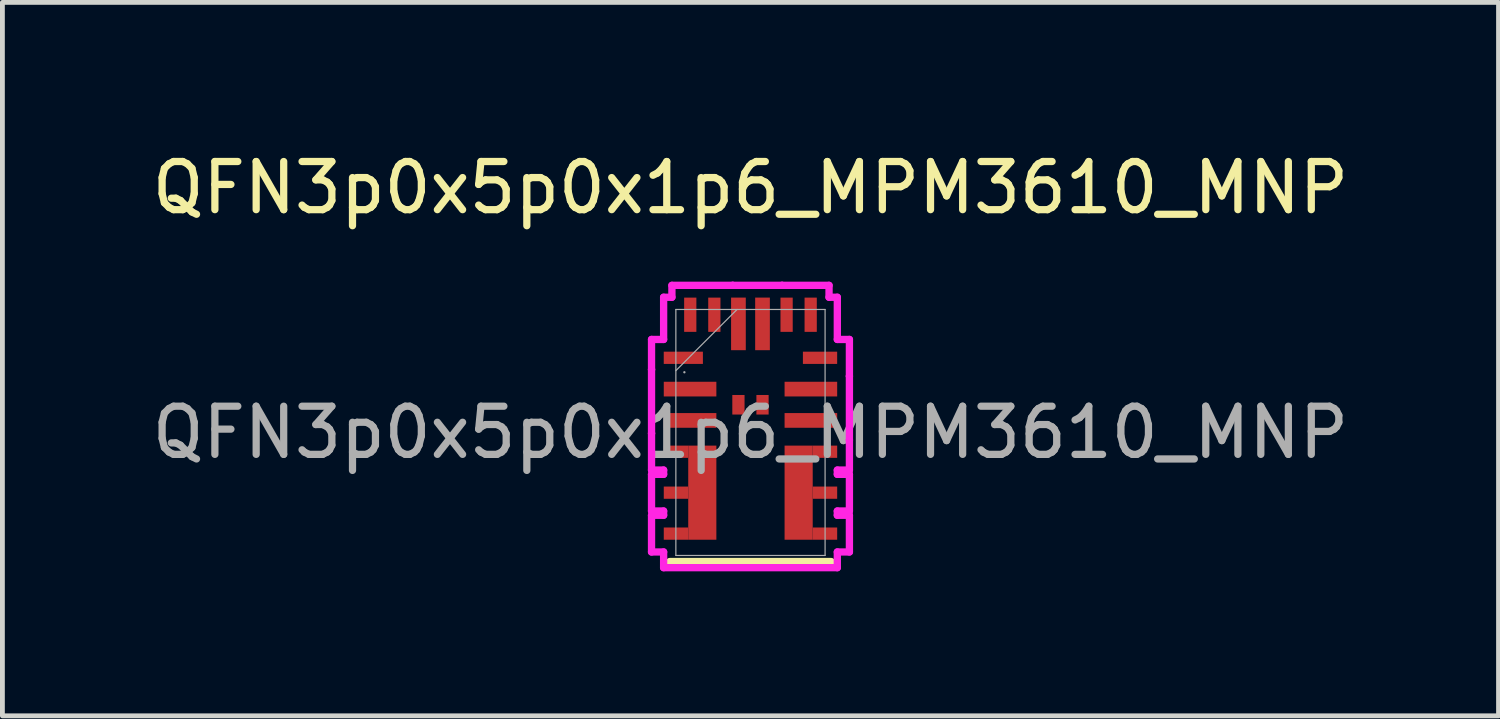
<source format=kicad_pcb>
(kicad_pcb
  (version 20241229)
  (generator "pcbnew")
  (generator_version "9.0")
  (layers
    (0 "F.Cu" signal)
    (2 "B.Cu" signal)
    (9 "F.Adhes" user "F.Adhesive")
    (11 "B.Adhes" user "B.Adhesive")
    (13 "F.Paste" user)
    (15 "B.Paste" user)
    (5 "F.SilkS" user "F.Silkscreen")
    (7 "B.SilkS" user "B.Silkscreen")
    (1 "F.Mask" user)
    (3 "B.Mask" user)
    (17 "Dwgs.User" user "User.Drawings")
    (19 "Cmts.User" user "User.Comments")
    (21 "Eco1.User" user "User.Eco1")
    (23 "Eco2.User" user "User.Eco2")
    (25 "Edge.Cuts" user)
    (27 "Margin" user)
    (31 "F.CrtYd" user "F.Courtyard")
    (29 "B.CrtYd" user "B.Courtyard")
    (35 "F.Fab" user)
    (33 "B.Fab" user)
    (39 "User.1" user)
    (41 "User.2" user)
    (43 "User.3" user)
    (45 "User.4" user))
  (footprint "QFN3p0x5p0x1p6_MPM3610_MNP"
    (layer "F.Cu")
    (at 12.53 5.928)
    (property "Reference" "QFN3p0x5p0x1p6_MPM3610_MNP" (at 0 -5.08 0) (unlocked yes) (layer "F.SilkS") (effects (font (size 1 1) (thickness 0.15))))
    (attr smd)
    (fp_poly (pts (xy -1.292 0.273) (xy -0.708 0.273) (xy -0.708 2.227) (xy -1.292 2.227)) (stroke (width 0) (type solid)) (fill yes) (layer "F.Cu"))
    (fp_poly (pts (xy 1.292 2.227) (xy 0.708 2.227) (xy 0.708 0.273) (xy 1.292 0.273)) (stroke (width 0) (type solid)) (fill yes) (layer "F.Cu"))
    (fp_poly (pts (xy -1.292 0.273) (xy -0.708 0.273) (xy -0.708 2.227) (xy -1.292 2.227)) (stroke (width 0) (type solid)) (fill yes) (layer "F.Mask"))
    (fp_poly (pts (xy 1.292 2.227) (xy 0.708 2.227) (xy 0.708 0.273) (xy 1.292 0.273)) (stroke (width 0) (type solid)) (fill yes) (layer "F.Mask"))
    (fp_line (start 1.676 2.68) (end -1.676 2.68) (stroke (width 0.152) (type solid)) (layer "F.SilkS"))
    (fp_poly (pts (xy -1.292 0.273) (xy -0.708 0.273) (xy -0.708 2.227) (xy -1.292 2.227)) (stroke (width 0) (type solid)) (fill yes) (layer "F.Paste"))
    (fp_poly (pts (xy 1.292 2.227) (xy 0.708 2.227) (xy 0.708 0.273) (xy 1.292 0.273)) (stroke (width 0) (type solid)) (fill yes) (layer "F.Paste"))
    (fp_line (start -2.054 -1.931) (end -2.054 -1.306) (stroke (width 0.152) (type solid)) (layer "F.CrtYd"))
    (fp_line (start -2.054 -1.306) (end -2.054 -1.306) (stroke (width 0.152) (type solid)) (layer "F.CrtYd"))
    (fp_line (start -2.054 -1.306) (end -2.054 0.019) (stroke (width 0.152) (type solid)) (layer "F.CrtYd"))
    (fp_line (start -2.054 0.019) (end -2.054 0.019) (stroke (width 0.152) (type solid)) (layer "F.CrtYd"))
    (fp_line (start -2.054 0.019) (end -2.054 0.781) (stroke (width 0.152) (type solid)) (layer "F.CrtYd"))
    (fp_line (start -2.054 0.781) (end -1.803 0.781) (stroke (width 0.152) (type solid)) (layer "F.CrtYd"))
    (fp_line (start -2.054 0.869) (end -2.054 1.631) (stroke (width 0.152) (type solid)) (layer "F.CrtYd"))
    (fp_line (start -2.054 1.631) (end -1.803 1.631) (stroke (width 0.152) (type solid)) (layer "F.CrtYd"))
    (fp_line (start -2.054 1.719) (end -2.054 2.481) (stroke (width 0.152) (type solid)) (layer "F.CrtYd"))
    (fp_line (start -2.054 2.481) (end -1.803 2.481) (stroke (width 0.152) (type solid)) (layer "F.CrtYd"))
    (fp_line (start -1.803 -2.807) (end -1.803 -1.931) (stroke (width 0.152) (type solid)) (layer "F.CrtYd"))
    (fp_line (start -1.803 -1.931) (end -2.054 -1.931) (stroke (width 0.152) (type solid)) (layer "F.CrtYd"))
    (fp_line (start -1.803 0.781) (end -1.803 0.869) (stroke (width 0.152) (type solid)) (layer "F.CrtYd"))
    (fp_line (start -1.803 0.869) (end -2.054 0.869) (stroke (width 0.152) (type solid)) (layer "F.CrtYd"))
    (fp_line (start -1.803 1.631) (end -1.803 1.719) (stroke (width 0.152) (type solid)) (layer "F.CrtYd"))
    (fp_line (start -1.803 1.719) (end -2.054 1.719) (stroke (width 0.152) (type solid)) (layer "F.CrtYd"))
    (fp_line (start -1.803 2.481) (end -1.803 2.807) (stroke (width 0.152) (type solid)) (layer "F.CrtYd"))
    (fp_line (start -1.803 2.807) (end 1.803 2.807) (stroke (width 0.152) (type solid)) (layer "F.CrtYd"))
    (fp_line (start -1.631 -3.054) (end -1.631 -2.807) (stroke (width 0.152) (type solid)) (layer "F.CrtYd"))
    (fp_line (start -1.631 -2.807) (end -1.803 -2.807) (stroke (width 0.152) (type solid)) (layer "F.CrtYd"))
    (fp_line (start -0.369 -3.054) (end -0.369 -3.054) (stroke (width 0.152) (type solid)) (layer "F.CrtYd"))
    (fp_line (start -0.369 -3.054) (end -1.631 -3.054) (stroke (width 0.152) (type solid)) (layer "F.CrtYd"))
    (fp_line (start 0.656 -3.054) (end -0.369 -3.054) (stroke (width 0.152) (type solid)) (layer "F.CrtYd"))
    (fp_line (start 0.656 -3.054) (end 0.656 -3.054) (stroke (width 0.152) (type solid)) (layer "F.CrtYd"))
    (fp_line (start 1.631 -3.054) (end 0.656 -3.054) (stroke (width 0.152) (type solid)) (layer "F.CrtYd"))
    (fp_line (start 1.631 -2.807) (end 1.631 -3.054) (stroke (width 0.152) (type solid)) (layer "F.CrtYd"))
    (fp_line (start 1.803 -2.807) (end 1.631 -2.807) (stroke (width 0.152) (type solid)) (layer "F.CrtYd"))
    (fp_line (start 1.803 -1.931) (end 1.803 -2.807) (stroke (width 0.152) (type solid)) (layer "F.CrtYd"))
    (fp_line (start 1.803 0.781) (end 2.054 0.781) (stroke (width 0.152) (type solid)) (layer "F.CrtYd"))
    (fp_line (start 1.803 0.869) (end 1.803 0.781) (stroke (width 0.152) (type solid)) (layer "F.CrtYd"))
    (fp_line (start 1.803 1.631) (end 2.054 1.631) (stroke (width 0.152) (type solid)) (layer "F.CrtYd"))
    (fp_line (start 1.803 1.719) (end 1.803 1.631) (stroke (width 0.152) (type solid)) (layer "F.CrtYd"))
    (fp_line (start 1.803 2.481) (end 2.054 2.481) (stroke (width 0.152) (type solid)) (layer "F.CrtYd"))
    (fp_line (start 1.803 2.807) (end 1.803 2.481) (stroke (width 0.152) (type solid)) (layer "F.CrtYd"))
    (fp_line (start 2.054 -1.931) (end 1.803 -1.931) (stroke (width 0.152) (type solid)) (layer "F.CrtYd"))
    (fp_line (start 2.054 -1.169) (end 2.054 -1.931) (stroke (width 0.152) (type solid)) (layer "F.CrtYd"))
    (fp_line (start 2.054 0.156) (end 2.054 0.156) (stroke (width 0.152) (type solid)) (layer "F.CrtYd"))
    (fp_line (start 2.054 0.781) (end 2.054 0.156) (stroke (width 0.152) (type solid)) (layer "F.CrtYd"))
    (fp_line (start 2.054 0.869) (end 1.803 0.869) (stroke (width 0.152) (type solid)) (layer "F.CrtYd"))
    (fp_line (start 2.054 1.631) (end 2.054 0.869) (stroke (width 0.152) (type solid)) (layer "F.CrtYd"))
    (fp_line (start 2.054 1.719) (end 1.803 1.719) (stroke (width 0.152) (type solid)) (layer "F.CrtYd"))
    (fp_line (start 2.054 2.481) (end 2.054 1.719) (stroke (width 0.152) (type solid)) (layer "F.CrtYd"))
    (fp_line (start 2.054 -1.169) (end 2.054 -1.169) (stroke (width 0.152) (type solid)) (layer "F.CrtYd"))
    (fp_line (start 2.054 0.156) (end 2.054 -1.169) (stroke (width 0.152) (type solid)) (layer "F.CrtYd"))
    (fp_line (start -1.549 -2.553) (end -1.549 2.553) (stroke (width 0.025) (type solid)) (layer "F.Fab"))
    (fp_line (start -1.549 -1.283) (end -0.279 -2.553) (stroke (width 0.025) (type solid)) (layer "F.Fab"))
    (fp_line (start -1.549 2.553) (end 1.549 2.553) (stroke (width 0.025) (type solid)) (layer "F.Fab"))
    (fp_line (start 1.549 -2.553) (end -1.549 -2.553) (stroke (width 0.025) (type solid)) (layer "F.Fab"))
    (fp_line (start 1.549 2.553) (end 1.549 -2.553) (stroke (width 0.025) (type solid)) (layer "F.Fab"))
    (fp_circle (center -1.372 -1.25) (end -1.372 -1.25) (stroke (width 0.025) (type solid)) (fill no) (layer "F.Fab"))
    (fp_text user "${REFERENCE}" (at 0 0 0) (unlocked yes) (layer "F.Fab") (effects (font (size 1 1) (thickness 0.15))))
    (pad "1" smd rect (at -1.394 -1.55) (size 0.813 0.254) (layers "F.Cu" "F.Mask" "F.Paste"))
    (pad "2" smd rect (at -1.254 -0.9) (size 1.092 0.305) (layers "F.Cu" "F.Mask" "F.Paste"))
    (pad "3" smd rect (at -1.254 -0.25) (size 1.092 0.305) (layers "F.Cu" "F.Mask" "F.Paste"))
    (pad "4" smd rect (at -1.546 0.4) (size 0.508 0.254) (layers "F.Cu" "F.Mask" "F.Paste"))
    (pad "5" smd rect (at -1.546 1.25) (size 0.508 0.254) (layers "F.Cu" "F.Mask" "F.Paste"))
    (pad "6" smd rect (at -1.546 2.1) (size 0.508 0.254) (layers "F.Cu" "F.Mask" "F.Paste"))
    (pad "7" smd rect (at 1.546 2.1) (size 0.508 0.254) (layers "F.Cu" "F.Mask" "F.Paste"))
    (pad "8" smd rect (at 1.546 1.25) (size 0.508 0.254) (layers "F.Cu" "F.Mask" "F.Paste"))
    (pad "9" smd rect (at 1.546 0.4) (size 0.508 0.254) (layers "F.Cu" "F.Mask" "F.Paste"))
    (pad "10" smd rect (at 1.254 -0.25) (size 1.092 0.305) (layers "F.Cu" "F.Mask" "F.Paste"))
    (pad "11" smd rect (at 1.254 -0.9) (size 1.092 0.305) (layers "F.Cu" "F.Mask" "F.Paste"))
    (pad "12" smd rect (at 1.444 -1.55) (size 0.711 0.254) (layers "F.Cu" "F.Mask" "F.Paste"))
    (pad "13" smd rect (at 1.25 -2.444 90) (size 0.711 0.254) (layers "F.Cu" "F.Mask" "F.Paste"))
    (pad "14" smd rect (at 0.75 -2.444 90) (size 0.711 0.254) (layers "F.Cu" "F.Mask" "F.Paste"))
    (pad "15" smd rect (at 0.25 -2.254 90) (size 1.092 0.305) (layers "F.Cu" "F.Mask" "F.Paste"))
    (pad "16" smd rect (at -0.25 -2.254 90) (size 1.092 0.305) (layers "F.Cu" "F.Mask" "F.Paste"))
    (pad "17" smd rect (at -0.75 -2.444 90) (size 0.711 0.254) (layers "F.Cu" "F.Mask" "F.Paste"))
    (pad "18" smd rect (at -1.25 -2.444 90) (size 0.711 0.254) (layers "F.Cu" "F.Mask" "F.Paste"))
    (pad "19" smd rect (at -0.25 -0.575) (size 0.254 0.406) (layers "F.Cu" "F.Mask" "F.Paste"))
    (pad "20" smd rect (at 0.25 -0.575) (size 0.254 0.406) (layers "F.Cu" "F.Mask" "F.Paste"))
    (zone (net_name "") (layer "F.Cu") (hatch full 0.508) (connect_pads) (min_thickness 0.254) (filled_areas_thickness no) (keepout (tracks not_allowed) (vias not_allowed) (pads allowed) (copperpour not_allowed) (footprints allowed)) (placement (enabled no)) (fill) (polygon (pts (xy 13.105 4.958) (xy 11.955 4.958) (xy 11.955 5.748) (xy 13.105 5.748)))))
  (gr_rect
    (start -3 -3)
    (end 28.06 11.811)
    (stroke (width 0.1) (type default))
    (fill no)
    (layer "Edge.Cuts")))
</source>
